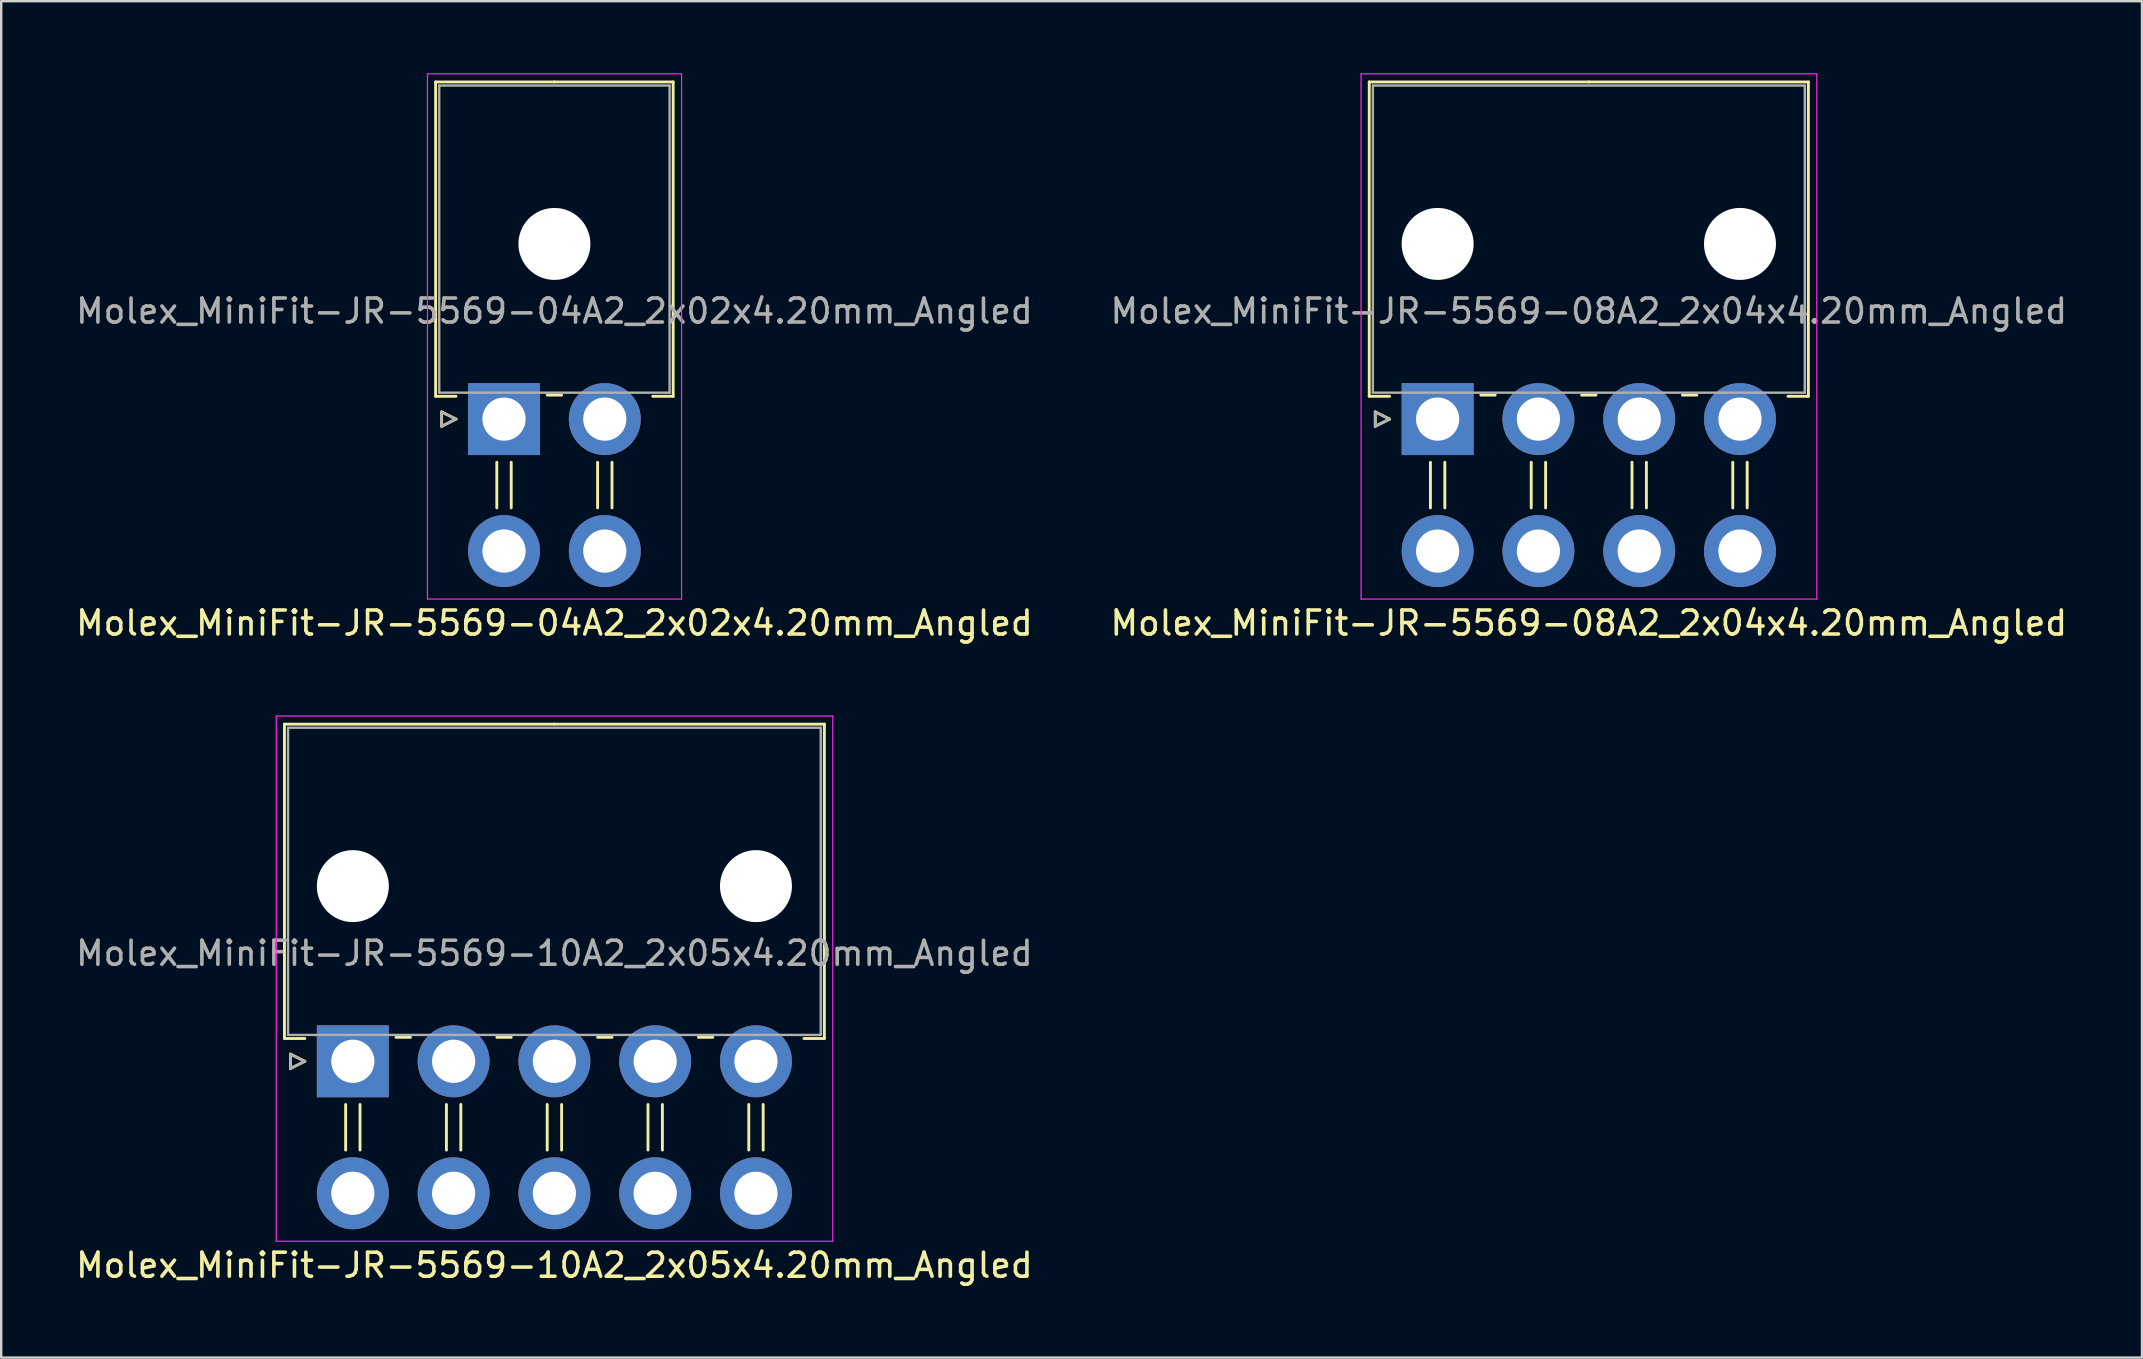
<source format=kicad_pcb>
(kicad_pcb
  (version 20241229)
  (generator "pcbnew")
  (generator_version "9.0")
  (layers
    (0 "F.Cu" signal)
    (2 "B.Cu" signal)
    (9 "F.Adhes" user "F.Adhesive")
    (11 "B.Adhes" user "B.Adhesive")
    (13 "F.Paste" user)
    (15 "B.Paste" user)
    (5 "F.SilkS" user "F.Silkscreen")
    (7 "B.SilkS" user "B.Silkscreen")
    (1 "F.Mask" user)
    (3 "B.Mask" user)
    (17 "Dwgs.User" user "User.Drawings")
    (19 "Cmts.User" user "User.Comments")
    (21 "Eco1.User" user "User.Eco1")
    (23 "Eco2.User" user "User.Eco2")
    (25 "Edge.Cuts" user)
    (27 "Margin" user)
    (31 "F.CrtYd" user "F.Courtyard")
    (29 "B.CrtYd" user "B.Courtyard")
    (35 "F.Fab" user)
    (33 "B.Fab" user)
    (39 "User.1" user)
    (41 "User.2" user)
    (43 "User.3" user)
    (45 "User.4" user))
  (footprint "Molex_MiniFit-JR-5569-10A2_2x05x4.20mm_Angled"
    (layer "F.Cu")
    (at 11.654 41.178)
    (property "Reference" "Molex_MiniFit-JR-5569-10A2_2x05x4.20mm_Angled" (at 8.4 8.5 0) (layer "F.SilkS") (effects (font (size 1 1) (thickness 0.15))))
    (attr through_hole)
    (fp_line (start -2.85 -14.05) (end 8.4 -14.05) (stroke (width 0.12) (type solid)) (layer "F.SilkS"))
    (fp_line (start -2.85 -0.95) (end -2.85 -14.05) (stroke (width 0.12) (type solid)) (layer "F.SilkS"))
    (fp_line (start -2.6 -0.3) (end -2 0) (stroke (width 0.12) (type solid)) (layer "F.SilkS"))
    (fp_line (start -2.6 0.3) (end -2.6 -0.3) (stroke (width 0.12) (type solid)) (layer "F.SilkS"))
    (fp_line (start -2 -0.95) (end -2.85 -0.95) (stroke (width 0.12) (type solid)) (layer "F.SilkS"))
    (fp_line (start -2 0) (end -2.6 0.3) (stroke (width 0.12) (type solid)) (layer "F.SilkS"))
    (fp_line (start -0.3 1.8) (end -0.3 3.7) (stroke (width 0.12) (type solid)) (layer "F.SilkS"))
    (fp_line (start 0.3 1.8) (end 0.3 3.7) (stroke (width 0.12) (type solid)) (layer "F.SilkS"))
    (fp_line (start 1.8 -1) (end 2.4 -1) (stroke (width 0.12) (type solid)) (layer "F.SilkS"))
    (fp_line (start 3.9 1.8) (end 3.9 3.7) (stroke (width 0.12) (type solid)) (layer "F.SilkS"))
    (fp_line (start 4.5 1.8) (end 4.5 3.7) (stroke (width 0.12) (type solid)) (layer "F.SilkS"))
    (fp_line (start 6 -1) (end 6.6 -1) (stroke (width 0.12) (type solid)) (layer "F.SilkS"))
    (fp_line (start 8.1 1.8) (end 8.1 3.7) (stroke (width 0.12) (type solid)) (layer "F.SilkS"))
    (fp_line (start 8.7 1.8) (end 8.7 3.7) (stroke (width 0.12) (type solid)) (layer "F.SilkS"))
    (fp_line (start 10.2 -1) (end 10.8 -1) (stroke (width 0.12) (type solid)) (layer "F.SilkS"))
    (fp_line (start 12.3 1.8) (end 12.3 3.7) (stroke (width 0.12) (type solid)) (layer "F.SilkS"))
    (fp_line (start 12.9 1.8) (end 12.9 3.7) (stroke (width 0.12) (type solid)) (layer "F.SilkS"))
    (fp_line (start 14.4 -1) (end 15 -1) (stroke (width 0.12) (type solid)) (layer "F.SilkS"))
    (fp_line (start 16.5 1.8) (end 16.5 3.7) (stroke (width 0.12) (type solid)) (layer "F.SilkS"))
    (fp_line (start 17.1 1.8) (end 17.1 3.7) (stroke (width 0.12) (type solid)) (layer "F.SilkS"))
    (fp_line (start 18.8 -0.95) (end 19.65 -0.95) (stroke (width 0.12) (type solid)) (layer "F.SilkS"))
    (fp_line (start 19.65 -14.05) (end 8.4 -14.05) (stroke (width 0.12) (type solid)) (layer "F.SilkS"))
    (fp_line (start 19.65 -0.95) (end 19.65 -14.05) (stroke (width 0.12) (type solid)) (layer "F.SilkS"))
    (fp_line (start -3.19 -14.39) (end -3.19 7.5) (stroke (width 0.05) (type solid)) (layer "F.CrtYd"))
    (fp_line (start -3.19 7.5) (end 20 7.5) (stroke (width 0.05) (type solid)) (layer "F.CrtYd"))
    (fp_line (start 20 -14.39) (end -3.19 -14.39) (stroke (width 0.05) (type solid)) (layer "F.CrtYd"))
    (fp_line (start 20 7.5) (end 20 -14.39) (stroke (width 0.05) (type solid)) (layer "F.CrtYd"))
    (fp_line (start -2.7 -13.9) (end -2.7 -1.1) (stroke (width 0.1) (type solid)) (layer "F.Fab"))
    (fp_line (start -2.7 -1.1) (end 19.5 -1.1) (stroke (width 0.1) (type solid)) (layer "F.Fab"))
    (fp_line (start -2.6 -0.3) (end -2 0) (stroke (width 0.1) (type solid)) (layer "F.Fab"))
    (fp_line (start -2.6 0.3) (end -2.6 -0.3) (stroke (width 0.1) (type solid)) (layer "F.Fab"))
    (fp_line (start -2 0) (end -2.6 0.3) (stroke (width 0.1) (type solid)) (layer "F.Fab"))
    (fp_line (start 19.5 -13.9) (end -2.7 -13.9) (stroke (width 0.1) (type solid)) (layer "F.Fab"))
    (fp_line (start 19.5 -1.1) (end 19.5 -13.9) (stroke (width 0.1) (type solid)) (layer "F.Fab"))
    (fp_text user "${REFERENCE}" (at 8.4 -4.5 0) (layer "F.Fab") (effects (font (size 1 1) (thickness 0.15))))
    (pad "" np_thru_hole circle (at 0 -7.3) (size 3 3) (drill 3) (layers "*.Cu" "*.Mask"))
    (pad "" np_thru_hole circle (at 16.8 -7.3) (size 3 3) (drill 3) (layers "*.Cu" "*.Mask"))
    (pad "1" thru_hole rect (at 0 0) (size 3 3) (drill 1.8) (layers "*.Cu" "*.Mask"))
    (pad "2" thru_hole circle (at 4.2 0) (size 3 3) (drill 1.8) (layers "*.Cu" "*.Mask"))
    (pad "3" thru_hole circle (at 8.4 0) (size 3 3) (drill 1.8) (layers "*.Cu" "*.Mask"))
    (pad "4" thru_hole circle (at 12.6 0) (size 3 3) (drill 1.8) (layers "*.Cu" "*.Mask"))
    (pad "5" thru_hole circle (at 16.8 0) (size 3 3) (drill 1.8) (layers "*.Cu" "*.Mask"))
    (pad "6" thru_hole circle (at 0 5.5) (size 3 3) (drill 1.8) (layers "*.Cu" "*.Mask"))
    (pad "7" thru_hole circle (at 4.2 5.5) (size 3 3) (drill 1.8) (layers "*.Cu" "*.Mask"))
    (pad "8" thru_hole circle (at 8.4 5.5) (size 3 3) (drill 1.8) (layers "*.Cu" "*.Mask"))
    (pad "9" thru_hole circle (at 12.6 5.5) (size 3 3) (drill 1.8) (layers "*.Cu" "*.Mask"))
    (pad "10" thru_hole circle (at 16.8 5.5) (size 3 3) (drill 1.8) (layers "*.Cu" "*.Mask")))
  (footprint "Molex_MiniFit-JR-5569-08A2_2x04x4.20mm_Angled"
    (layer "F.Cu")
    (at 56.861 14.415)
    (property "Reference" "Molex_MiniFit-JR-5569-08A2_2x04x4.20mm_Angled" (at 6.3 8.5 0) (layer "F.SilkS") (effects (font (size 1 1) (thickness 0.15))))
    (attr through_hole)
    (fp_line (start -2.85 -14.05) (end 6.3 -14.05) (stroke (width 0.12) (type solid)) (layer "F.SilkS"))
    (fp_line (start -2.85 -0.95) (end -2.85 -14.05) (stroke (width 0.12) (type solid)) (layer "F.SilkS"))
    (fp_line (start -2.6 -0.3) (end -2 0) (stroke (width 0.12) (type solid)) (layer "F.SilkS"))
    (fp_line (start -2.6 0.3) (end -2.6 -0.3) (stroke (width 0.12) (type solid)) (layer "F.SilkS"))
    (fp_line (start -2 -0.95) (end -2.85 -0.95) (stroke (width 0.12) (type solid)) (layer "F.SilkS"))
    (fp_line (start -2 0) (end -2.6 0.3) (stroke (width 0.12) (type solid)) (layer "F.SilkS"))
    (fp_line (start -0.3 1.8) (end -0.3 3.7) (stroke (width 0.12) (type solid)) (layer "F.SilkS"))
    (fp_line (start 0.3 1.8) (end 0.3 3.7) (stroke (width 0.12) (type solid)) (layer "F.SilkS"))
    (fp_line (start 1.8 -1) (end 2.4 -1) (stroke (width 0.12) (type solid)) (layer "F.SilkS"))
    (fp_line (start 3.9 1.8) (end 3.9 3.7) (stroke (width 0.12) (type solid)) (layer "F.SilkS"))
    (fp_line (start 4.5 1.8) (end 4.5 3.7) (stroke (width 0.12) (type solid)) (layer "F.SilkS"))
    (fp_line (start 6 -1) (end 6.6 -1) (stroke (width 0.12) (type solid)) (layer "F.SilkS"))
    (fp_line (start 8.1 1.8) (end 8.1 3.7) (stroke (width 0.12) (type solid)) (layer "F.SilkS"))
    (fp_line (start 8.7 1.8) (end 8.7 3.7) (stroke (width 0.12) (type solid)) (layer "F.SilkS"))
    (fp_line (start 10.2 -1) (end 10.8 -1) (stroke (width 0.12) (type solid)) (layer "F.SilkS"))
    (fp_line (start 12.3 1.8) (end 12.3 3.7) (stroke (width 0.12) (type solid)) (layer "F.SilkS"))
    (fp_line (start 12.9 1.8) (end 12.9 3.7) (stroke (width 0.12) (type solid)) (layer "F.SilkS"))
    (fp_line (start 14.6 -0.95) (end 15.45 -0.95) (stroke (width 0.12) (type solid)) (layer "F.SilkS"))
    (fp_line (start 15.45 -14.05) (end 6.3 -14.05) (stroke (width 0.12) (type solid)) (layer "F.SilkS"))
    (fp_line (start 15.45 -0.95) (end 15.45 -14.05) (stroke (width 0.12) (type solid)) (layer "F.SilkS"))
    (fp_line (start -3.19 -14.39) (end -3.19 7.5) (stroke (width 0.05) (type solid)) (layer "F.CrtYd"))
    (fp_line (start -3.19 7.5) (end 15.8 7.5) (stroke (width 0.05) (type solid)) (layer "F.CrtYd"))
    (fp_line (start 15.8 -14.39) (end -3.19 -14.39) (stroke (width 0.05) (type solid)) (layer "F.CrtYd"))
    (fp_line (start 15.8 7.5) (end 15.8 -14.39) (stroke (width 0.05) (type solid)) (layer "F.CrtYd"))
    (fp_line (start -2.7 -13.9) (end -2.7 -1.1) (stroke (width 0.1) (type solid)) (layer "F.Fab"))
    (fp_line (start -2.7 -1.1) (end 15.3 -1.1) (stroke (width 0.1) (type solid)) (layer "F.Fab"))
    (fp_line (start -2.6 -0.3) (end -2 0) (stroke (width 0.1) (type solid)) (layer "F.Fab"))
    (fp_line (start -2.6 0.3) (end -2.6 -0.3) (stroke (width 0.1) (type solid)) (layer "F.Fab"))
    (fp_line (start -2 0) (end -2.6 0.3) (stroke (width 0.1) (type solid)) (layer "F.Fab"))
    (fp_line (start 15.3 -13.9) (end -2.7 -13.9) (stroke (width 0.1) (type solid)) (layer "F.Fab"))
    (fp_line (start 15.3 -1.1) (end 15.3 -13.9) (stroke (width 0.1) (type solid)) (layer "F.Fab"))
    (fp_text user "${REFERENCE}" (at 6.3 -4.5 0) (layer "F.Fab") (effects (font (size 1 1) (thickness 0.15))))
    (pad "" np_thru_hole circle (at 0 -7.3) (size 3 3) (drill 3) (layers "*.Cu" "*.Mask"))
    (pad "" np_thru_hole circle (at 12.6 -7.3) (size 3 3) (drill 3) (layers "*.Cu" "*.Mask"))
    (pad "1" thru_hole rect (at 0 0) (size 3 3) (drill 1.8) (layers "*.Cu" "*.Mask"))
    (pad "2" thru_hole circle (at 4.2 0) (size 3 3) (drill 1.8) (layers "*.Cu" "*.Mask"))
    (pad "3" thru_hole circle (at 8.4 0) (size 3 3) (drill 1.8) (layers "*.Cu" "*.Mask"))
    (pad "4" thru_hole circle (at 12.6 0) (size 3 3) (drill 1.8) (layers "*.Cu" "*.Mask"))
    (pad "5" thru_hole circle (at 0 5.5) (size 3 3) (drill 1.8) (layers "*.Cu" "*.Mask"))
    (pad "6" thru_hole circle (at 4.2 5.5) (size 3 3) (drill 1.8) (layers "*.Cu" "*.Mask"))
    (pad "7" thru_hole circle (at 8.4 5.5) (size 3 3) (drill 1.8) (layers "*.Cu" "*.Mask"))
    (pad "8" thru_hole circle (at 12.6 5.5) (size 3 3) (drill 1.8) (layers "*.Cu" "*.Mask")))
  (footprint "Molex_MiniFit-JR-5569-04A2_2x02x4.20mm_Angled"
    (layer "F.Cu")
    (at 17.954 14.415)
    (property "Reference" "Molex_MiniFit-JR-5569-04A2_2x02x4.20mm_Angled" (at 2.1 8.5 0) (layer "F.SilkS") (effects (font (size 1 1) (thickness 0.15))))
    (attr through_hole)
    (fp_line (start -2.85 -14.05) (end 2.1 -14.05) (stroke (width 0.12) (type solid)) (layer "F.SilkS"))
    (fp_line (start -2.85 -0.95) (end -2.85 -14.05) (stroke (width 0.12) (type solid)) (layer "F.SilkS"))
    (fp_line (start -2.6 -0.3) (end -2 0) (stroke (width 0.12) (type solid)) (layer "F.SilkS"))
    (fp_line (start -2.6 0.3) (end -2.6 -0.3) (stroke (width 0.12) (type solid)) (layer "F.SilkS"))
    (fp_line (start -2 -0.95) (end -2.85 -0.95) (stroke (width 0.12) (type solid)) (layer "F.SilkS"))
    (fp_line (start -2 0) (end -2.6 0.3) (stroke (width 0.12) (type solid)) (layer "F.SilkS"))
    (fp_line (start -0.3 1.8) (end -0.3 3.7) (stroke (width 0.12) (type solid)) (layer "F.SilkS"))
    (fp_line (start 0.3 1.8) (end 0.3 3.7) (stroke (width 0.12) (type solid)) (layer "F.SilkS"))
    (fp_line (start 1.8 -1) (end 2.4 -1) (stroke (width 0.12) (type solid)) (layer "F.SilkS"))
    (fp_line (start 3.9 1.8) (end 3.9 3.7) (stroke (width 0.12) (type solid)) (layer "F.SilkS"))
    (fp_line (start 4.5 1.8) (end 4.5 3.7) (stroke (width 0.12) (type solid)) (layer "F.SilkS"))
    (fp_line (start 6.2 -0.95) (end 7.05 -0.95) (stroke (width 0.12) (type solid)) (layer "F.SilkS"))
    (fp_line (start 7.05 -14.05) (end 2.1 -14.05) (stroke (width 0.12) (type solid)) (layer "F.SilkS"))
    (fp_line (start 7.05 -0.95) (end 7.05 -14.05) (stroke (width 0.12) (type solid)) (layer "F.SilkS"))
    (fp_line (start -3.19 -14.39) (end -3.19 7.5) (stroke (width 0.05) (type solid)) (layer "F.CrtYd"))
    (fp_line (start -3.19 7.5) (end 7.4 7.5) (stroke (width 0.05) (type solid)) (layer "F.CrtYd"))
    (fp_line (start 7.4 -14.39) (end -3.19 -14.39) (stroke (width 0.05) (type solid)) (layer "F.CrtYd"))
    (fp_line (start 7.4 7.5) (end 7.4 -14.39) (stroke (width 0.05) (type solid)) (layer "F.CrtYd"))
    (fp_line (start -2.7 -13.9) (end -2.7 -1.1) (stroke (width 0.1) (type solid)) (layer "F.Fab"))
    (fp_line (start -2.7 -1.1) (end 6.9 -1.1) (stroke (width 0.1) (type solid)) (layer "F.Fab"))
    (fp_line (start -2.6 -0.3) (end -2 0) (stroke (width 0.1) (type solid)) (layer "F.Fab"))
    (fp_line (start -2.6 0.3) (end -2.6 -0.3) (stroke (width 0.1) (type solid)) (layer "F.Fab"))
    (fp_line (start -2 0) (end -2.6 0.3) (stroke (width 0.1) (type solid)) (layer "F.Fab"))
    (fp_line (start 6.9 -13.9) (end -2.7 -13.9) (stroke (width 0.1) (type solid)) (layer "F.Fab"))
    (fp_line (start 6.9 -1.1) (end 6.9 -13.9) (stroke (width 0.1) (type solid)) (layer "F.Fab"))
    (fp_text user "${REFERENCE}" (at 2.1 -4.5 0) (layer "F.Fab") (effects (font (size 1 1) (thickness 0.15))))
    (pad "" np_thru_hole circle (at 2.1 -7.3) (size 3 3) (drill 3) (layers "*.Cu" "*.Mask"))
    (pad "1" thru_hole rect (at 0 0) (size 3 3) (drill 1.8) (layers "*.Cu" "*.Mask"))
    (pad "2" thru_hole circle (at 4.2 0) (size 3 3) (drill 1.8) (layers "*.Cu" "*.Mask"))
    (pad "3" thru_hole circle (at 0 5.5) (size 3 3) (drill 1.8) (layers "*.Cu" "*.Mask"))
    (pad "4" thru_hole circle (at 4.2 5.5) (size 3 3) (drill 1.8) (layers "*.Cu" "*.Mask")))
  (gr_rect
    (start -3 -3)
    (end 86.214 53.526)
    (stroke (width 0.1) (type default))
    (fill no)
    (layer "Edge.Cuts")))
</source>
